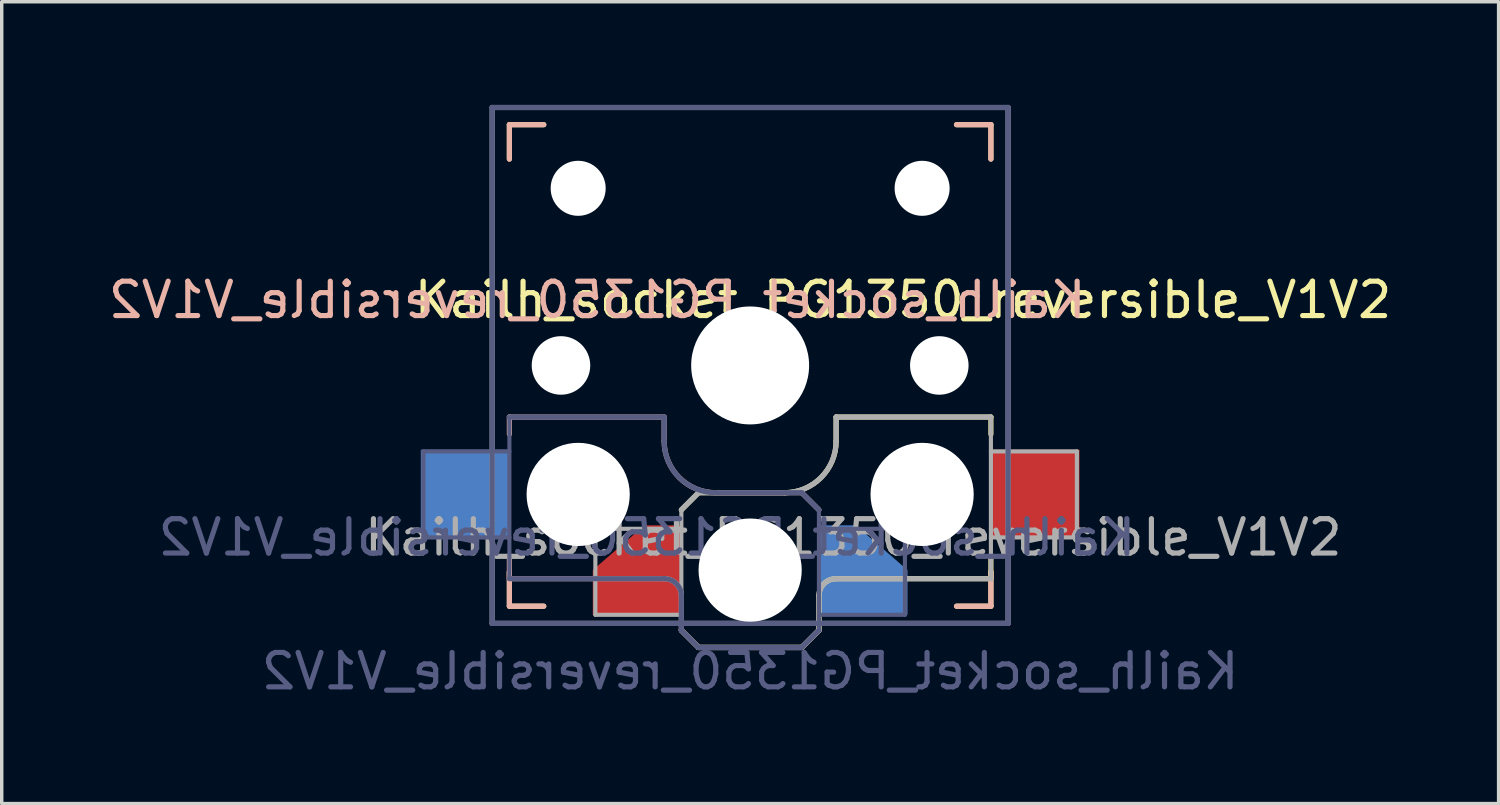
<source format=kicad_pcb>
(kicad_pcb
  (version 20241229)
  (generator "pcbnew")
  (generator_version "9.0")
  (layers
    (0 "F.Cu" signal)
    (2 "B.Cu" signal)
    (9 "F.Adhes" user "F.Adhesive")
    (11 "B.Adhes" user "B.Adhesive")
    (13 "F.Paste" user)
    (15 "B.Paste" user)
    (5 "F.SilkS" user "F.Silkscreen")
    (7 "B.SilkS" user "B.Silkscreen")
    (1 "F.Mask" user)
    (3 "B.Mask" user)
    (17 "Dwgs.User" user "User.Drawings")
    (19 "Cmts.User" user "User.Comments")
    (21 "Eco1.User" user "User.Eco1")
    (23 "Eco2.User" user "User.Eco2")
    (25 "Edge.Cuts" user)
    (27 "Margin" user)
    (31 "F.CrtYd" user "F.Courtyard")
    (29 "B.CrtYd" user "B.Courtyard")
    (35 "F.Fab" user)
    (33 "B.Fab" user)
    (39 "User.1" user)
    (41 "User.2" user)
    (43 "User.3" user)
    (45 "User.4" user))
  (footprint "Kailh_socket_PG1350_reversible_V1V2"
    (layer "F.Cu")
    (at 18.76 7.575)
    (property "Reference" "Kailh_socket_PG1350_reversible_V1V2" (at 4.445 -1.905 0) (layer "F.SilkS") (effects (font (size 1 1) (thickness 0.15))))
    (property "Value" "Kailh_socket_PG1350_reversible_V1V2" (at 0 8.89 0) (layer "F.Fab") (hide yes) (effects (font (size 1 1) (thickness 0.15))))
    (attr smd)
    (fp_line (start -7 -7) (end -6 -7) (stroke (width 0.15) (type solid)) (layer "F.SilkS"))
    (fp_line (start -7 -6) (end -7 -7) (stroke (width 0.15) (type solid)) (layer "F.SilkS"))
    (fp_line (start -7 7) (end -7 6) (stroke (width 0.15) (type solid)) (layer "F.SilkS"))
    (fp_line (start -6 7) (end -7 7) (stroke (width 0.15) (type solid)) (layer "F.SilkS"))
    (fp_line (start -2 4.2) (end -1.5 3.7) (stroke (width 0.15) (type solid)) (layer "F.SilkS"))
    (fp_line (start -2 7.7) (end -1.5 8.2) (stroke (width 0.15) (type solid)) (layer "F.SilkS"))
    (fp_line (start -1.5 3.7) (end 1 3.7) (stroke (width 0.15) (type solid)) (layer "F.SilkS"))
    (fp_line (start -1.5 8.2) (end 1.5 8.2) (stroke (width 0.15) (type solid)) (layer "F.SilkS"))
    (fp_line (start 1.5 8.2) (end 2 7.7) (stroke (width 0.15) (type solid)) (layer "F.SilkS"))
    (fp_line (start 2 6.7) (end 2 7.7) (stroke (width 0.15) (type solid)) (layer "F.SilkS"))
    (fp_line (start 2.5 1.5) (end 7 1.5) (stroke (width 0.15) (type solid)) (layer "F.SilkS"))
    (fp_line (start 2.5 2.2) (end 2.5 1.5) (stroke (width 0.15) (type solid)) (layer "F.SilkS"))
    (fp_line (start 6 -7) (end 7 -7) (stroke (width 0.15) (type solid)) (layer "F.SilkS"))
    (fp_line (start 7 -7) (end 7 -6) (stroke (width 0.15) (type solid)) (layer "F.SilkS"))
    (fp_line (start 7 1.5) (end 7 2) (stroke (width 0.15) (type solid)) (layer "F.SilkS"))
    (fp_line (start 7 5.6) (end 7 6.2) (stroke (width 0.15) (type solid)) (layer "F.SilkS"))
    (fp_line (start 7 6) (end 7 7) (stroke (width 0.15) (type solid)) (layer "F.SilkS"))
    (fp_line (start 7 6.2) (end 2.5 6.2) (stroke (width 0.15) (type solid)) (layer "F.SilkS"))
    (fp_line (start 7 7) (end 6 7) (stroke (width 0.15) (type solid)) (layer "F.SilkS"))
    (fp_arc (start 2 6.7) (mid 2.146447 6.346447) (end 2.5 6.2) (stroke (width 0.15) (type solid)) (layer "F.SilkS"))
    (fp_arc (start 2.5 2.2) (mid 2.06066 3.26066) (end 1 3.7) (stroke (width 0.15) (type solid)) (layer "F.SilkS"))
    (fp_line (start -7 -7) (end -6 -7) (stroke (width 0.15) (type solid)) (layer "B.SilkS"))
    (fp_line (start -7 -6) (end -7 -7) (stroke (width 0.15) (type solid)) (layer "B.SilkS"))
    (fp_line (start -7 1.5) (end -7 2) (stroke (width 0.15) (type solid)) (layer "B.SilkS"))
    (fp_line (start -7 5.6) (end -7 6.2) (stroke (width 0.15) (type solid)) (layer "B.SilkS"))
    (fp_line (start -7 6.2) (end -2.5 6.2) (stroke (width 0.15) (type solid)) (layer "B.SilkS"))
    (fp_line (start -7 7) (end -7 6) (stroke (width 0.15) (type solid)) (layer "B.SilkS"))
    (fp_line (start -6 7) (end -7 7) (stroke (width 0.15) (type solid)) (layer "B.SilkS"))
    (fp_line (start -2.5 1.5) (end -7 1.5) (stroke (width 0.15) (type solid)) (layer "B.SilkS"))
    (fp_line (start -2.5 2.2) (end -2.5 1.5) (stroke (width 0.15) (type solid)) (layer "B.SilkS"))
    (fp_line (start -2 6.7) (end -2 7.7) (stroke (width 0.15) (type solid)) (layer "B.SilkS"))
    (fp_line (start -1.5 8.2) (end -2 7.7) (stroke (width 0.15) (type solid)) (layer "B.SilkS"))
    (fp_line (start 1.5 3.7) (end -1 3.7) (stroke (width 0.15) (type solid)) (layer "B.SilkS"))
    (fp_line (start 1.5 8.2) (end -1.5 8.2) (stroke (width 0.15) (type solid)) (layer "B.SilkS"))
    (fp_line (start 2 4.2) (end 1.5 3.7) (stroke (width 0.15) (type solid)) (layer "B.SilkS"))
    (fp_line (start 2 7.7) (end 1.5 8.2) (stroke (width 0.15) (type solid)) (layer "B.SilkS"))
    (fp_line (start 6 -7) (end 7 -7) (stroke (width 0.15) (type solid)) (layer "B.SilkS"))
    (fp_line (start 7 -7) (end 7 -6) (stroke (width 0.15) (type solid)) (layer "B.SilkS"))
    (fp_line (start 7 6) (end 7 7) (stroke (width 0.15) (type solid)) (layer "B.SilkS"))
    (fp_line (start 7 7) (end 6 7) (stroke (width 0.15) (type solid)) (layer "B.SilkS"))
    (fp_arc (start -2.5 6.2) (mid -2.146447 6.346447) (end -2 6.7) (stroke (width 0.15) (type solid)) (layer "B.SilkS"))
    (fp_arc (start -1 3.7) (mid -2.06066 3.26066) (end -2.5 2.2) (stroke (width 0.15) (type solid)) (layer "B.SilkS"))
    (fp_line (start -6.9 6.9) (end -6.9 -6.9) (stroke (width 0.15) (type solid)) (layer "Eco2.User"))
    (fp_line (start -6.9 6.9) (end 6.9 6.9) (stroke (width 0.15) (type solid)) (layer "Eco2.User"))
    (fp_line (start -2.6 -3.1) (end -2.6 -6.3) (stroke (width 0.15) (type solid)) (layer "Eco2.User"))
    (fp_line (start -2.6 -3.1) (end 2.6 -3.1) (stroke (width 0.15) (type solid)) (layer "Eco2.User"))
    (fp_line (start 2.6 -6.3) (end -2.6 -6.3) (stroke (width 0.15) (type solid)) (layer "Eco2.User"))
    (fp_line (start 2.6 -3.1) (end 2.6 -6.3) (stroke (width 0.15) (type solid)) (layer "Eco2.User"))
    (fp_line (start 6.9 -6.9) (end -6.9 -6.9) (stroke (width 0.15) (type solid)) (layer "Eco2.User"))
    (fp_line (start 6.9 -6.9) (end 6.9 6.9) (stroke (width 0.15) (type solid)) (layer "Eco2.User"))
    (fp_line (start -9.5 2.5) (end -7 2.5) (stroke (width 0.12) (type solid)) (layer "B.Fab"))
    (fp_line (start -9.5 5) (end -9.5 2.5) (stroke (width 0.12) (type solid)) (layer "B.Fab"))
    (fp_line (start -7.5 -7.5) (end 7.5 -7.5) (stroke (width 0.15) (type solid)) (layer "B.Fab"))
    (fp_line (start -7.5 7.5) (end -7.5 -7.5) (stroke (width 0.15) (type solid)) (layer "B.Fab"))
    (fp_line (start -7 1.5) (end -7 6.2) (stroke (width 0.12) (type solid)) (layer "B.Fab"))
    (fp_line (start -7 5) (end -9.5 5) (stroke (width 0.12) (type solid)) (layer "B.Fab"))
    (fp_line (start -7 6.2) (end -2.5 6.2) (stroke (width 0.15) (type solid)) (layer "B.Fab"))
    (fp_line (start -2.5 1.5) (end -7 1.5) (stroke (width 0.15) (type solid)) (layer "B.Fab"))
    (fp_line (start -2.5 2.2) (end -2.5 1.5) (stroke (width 0.15) (type solid)) (layer "B.Fab"))
    (fp_line (start -2 6.7) (end -2 7.7) (stroke (width 0.15) (type solid)) (layer "B.Fab"))
    (fp_line (start -1.5 8.2) (end -2 7.7) (stroke (width 0.15) (type solid)) (layer "B.Fab"))
    (fp_line (start 1.5 3.7) (end -1 3.7) (stroke (width 0.15) (type solid)) (layer "B.Fab"))
    (fp_line (start 1.5 8.2) (end -1.5 8.2) (stroke (width 0.15) (type solid)) (layer "B.Fab"))
    (fp_line (start 2 4.2) (end 1.5 3.7) (stroke (width 0.15) (type solid)) (layer "B.Fab"))
    (fp_line (start 2 4.25) (end 2 7.7) (stroke (width 0.12) (type solid)) (layer "B.Fab"))
    (fp_line (start 2 4.75) (end 4.5 4.75) (stroke (width 0.12) (type solid)) (layer "B.Fab"))
    (fp_line (start 2 7.7) (end 1.5 8.2) (stroke (width 0.15) (type solid)) (layer "B.Fab"))
    (fp_line (start 4.5 4.75) (end 4.5 7.25) (stroke (width 0.12) (type solid)) (layer "B.Fab"))
    (fp_line (start 4.5 7.25) (end 2 7.25) (stroke (width 0.12) (type solid)) (layer "B.Fab"))
    (fp_line (start 7.5 -7.5) (end 7.5 7.5) (stroke (width 0.15) (type solid)) (layer "B.Fab"))
    (fp_line (start 7.5 7.5) (end -7.5 7.5) (stroke (width 0.15) (type solid)) (layer "B.Fab"))
    (fp_arc (start -2.5 6.2) (mid -2.146447 6.346447) (end -2 6.7) (stroke (width 0.15) (type solid)) (layer "B.Fab"))
    (fp_arc (start -1 3.7) (mid -2.06066 3.26066) (end -2.5 2.2) (stroke (width 0.15) (type solid)) (layer "B.Fab"))
    (fp_line (start -7.5 -7.5) (end 7.5 -7.5) (stroke (width 0.15) (type solid)) (layer "F.Fab"))
    (fp_line (start -7.5 7.5) (end -7.5 -7.5) (stroke (width 0.15) (type solid)) (layer "F.Fab"))
    (fp_line (start -4.5 4.75) (end -4.5 7.25) (stroke (width 0.12) (type solid)) (layer "F.Fab"))
    (fp_line (start -4.5 7.25) (end -2 7.25) (stroke (width 0.12) (type solid)) (layer "F.Fab"))
    (fp_line (start -2 4.2) (end -1.5 3.7) (stroke (width 0.15) (type solid)) (layer "F.Fab"))
    (fp_line (start -2 4.25) (end -2 7.7) (stroke (width 0.12) (type solid)) (layer "F.Fab"))
    (fp_line (start -2 4.75) (end -4.5 4.75) (stroke (width 0.12) (type solid)) (layer "F.Fab"))
    (fp_line (start -2 7.7) (end -1.5 8.2) (stroke (width 0.15) (type solid)) (layer "F.Fab"))
    (fp_line (start -1.5 3.7) (end 1 3.7) (stroke (width 0.15) (type solid)) (layer "F.Fab"))
    (fp_line (start -1.5 8.2) (end 1.5 8.2) (stroke (width 0.15) (type solid)) (layer "F.Fab"))
    (fp_line (start 1.5 8.2) (end 2 7.7) (stroke (width 0.15) (type solid)) (layer "F.Fab"))
    (fp_line (start 2 6.7) (end 2 7.7) (stroke (width 0.15) (type solid)) (layer "F.Fab"))
    (fp_line (start 2.5 1.5) (end 7 1.5) (stroke (width 0.15) (type solid)) (layer "F.Fab"))
    (fp_line (start 2.5 2.2) (end 2.5 1.5) (stroke (width 0.15) (type solid)) (layer "F.Fab"))
    (fp_line (start 7 1.5) (end 7 6.2) (stroke (width 0.12) (type solid)) (layer "F.Fab"))
    (fp_line (start 7 5) (end 9.5 5) (stroke (width 0.12) (type solid)) (layer "F.Fab"))
    (fp_line (start 7 6.2) (end 2.5 6.2) (stroke (width 0.15) (type solid)) (layer "F.Fab"))
    (fp_line (start 7.5 -7.5) (end 7.5 7.5) (stroke (width 0.15) (type solid)) (layer "F.Fab"))
    (fp_line (start 7.5 7.5) (end -7.5 7.5) (stroke (width 0.15) (type solid)) (layer "F.Fab"))
    (fp_line (start 9.5 2.5) (end 7 2.5) (stroke (width 0.12) (type solid)) (layer "F.Fab"))
    (fp_line (start 9.5 5) (end 9.5 2.5) (stroke (width 0.12) (type solid)) (layer "F.Fab"))
    (fp_arc (start 2 6.7) (mid 2.146447 6.346447) (end 2.5 6.2) (stroke (width 0.15) (type solid)) (layer "F.Fab"))
    (fp_arc (start 2.5 2.2) (mid 2.06066 3.26066) (end 1 3.7) (stroke (width 0.15) (type solid)) (layer "F.Fab"))
    (fp_text user "${REFERENCE}" (at -4.445 -1.905 0) (layer "B.SilkS") (effects (font (size 1 1) (thickness 0.15)) (justify mirror)))
    (fp_text user "${REFERENCE}" (at -3 5 0) (layer "B.Fab") (effects (font (size 1 1) (thickness 0.15)) (justify mirror)))
    (fp_text user "${VALUE}" (at 0 8.89 0) (layer "B.Fab") (effects (font (size 1 1) (thickness 0.15)) (justify mirror)))
    (fp_text user "${REFERENCE}" (at 3 5 180) (layer "F.Fab") (effects (font (size 1 1) (thickness 0.15))))
    (pad "" np_thru_hole circle (at -5.5 0) (size 1.702 1.702) (drill 1.8) (layers "*.Cu" "*.Mask"))
    (pad "" np_thru_hole circle (at -5 -5.15 180) (size 1.6 1.6) (drill 1.6) (layers "*.Cu" "*.Mask"))
    (pad "" np_thru_hole circle (at -5 3.75) (size 3 3) (drill 3) (layers "*.Cu" "*.Mask"))
    (pad "" np_thru_hole circle (at 0 0) (size 3.429 3.429) (drill 3.429) (layers "*.Cu" "*.Mask"))
    (pad "" np_thru_hole circle (at 0 5.95) (size 3 3) (drill 3) (layers "*.Cu" "*.Mask"))
    (pad "" np_thru_hole circle (at 5 -5.15 180) (size 1.6 1.6) (drill 1.6) (layers "*.Cu" "*.Mask"))
    (pad "" np_thru_hole circle (at 5 3.75) (size 3 3) (drill 3) (layers "*.Cu" "*.Mask"))
    (pad "" np_thru_hole circle (at 5.5 0) (size 1.702 1.702) (drill 1.8) (layers "*.Cu" "*.Mask"))
    (pad "1" smd custom (at -3.275 5.95 180) (size 0.1 0.1) (layers "F.Cu" "F.Mask" "F.Paste") (options (anchor rect)) (primitives (gr_poly (pts (xy -1.3 -1.3) (xy 1.3 -1.3) (xy 1.3 0) (xy -0.2 1.3) (xy -1.3 1.3)) (width 0.001) (fill yes))))
    (pad "1" smd custom (at 3.275 5.95 180) (size 0.1 0.1) (layers "B.Cu" "B.Mask" "B.Paste") (options (anchor rect)) (primitives (gr_poly (pts (xy -1.3 -1.3) (xy 1.3 -1.3) (xy 1.3 1.3) (xy 0.2 1.3) (xy -1.3 0)) (width 0.001) (fill yes))))
    (pad "2" smd rect (at -8.275 3.75) (size 2.6 2.6) (layers "B.Cu" "B.Mask" "B.Paste"))
    (pad "2" smd rect (at 8.275 3.75) (size 2.6 2.6) (layers "F.Cu" "F.Mask" "F.Paste")))
  (gr_rect
    (start -3 -3)
    (end 40.521 20.313)
    (stroke (width 0.1) (type default))
    (fill no)
    (layer "Edge.Cuts")))
</source>
